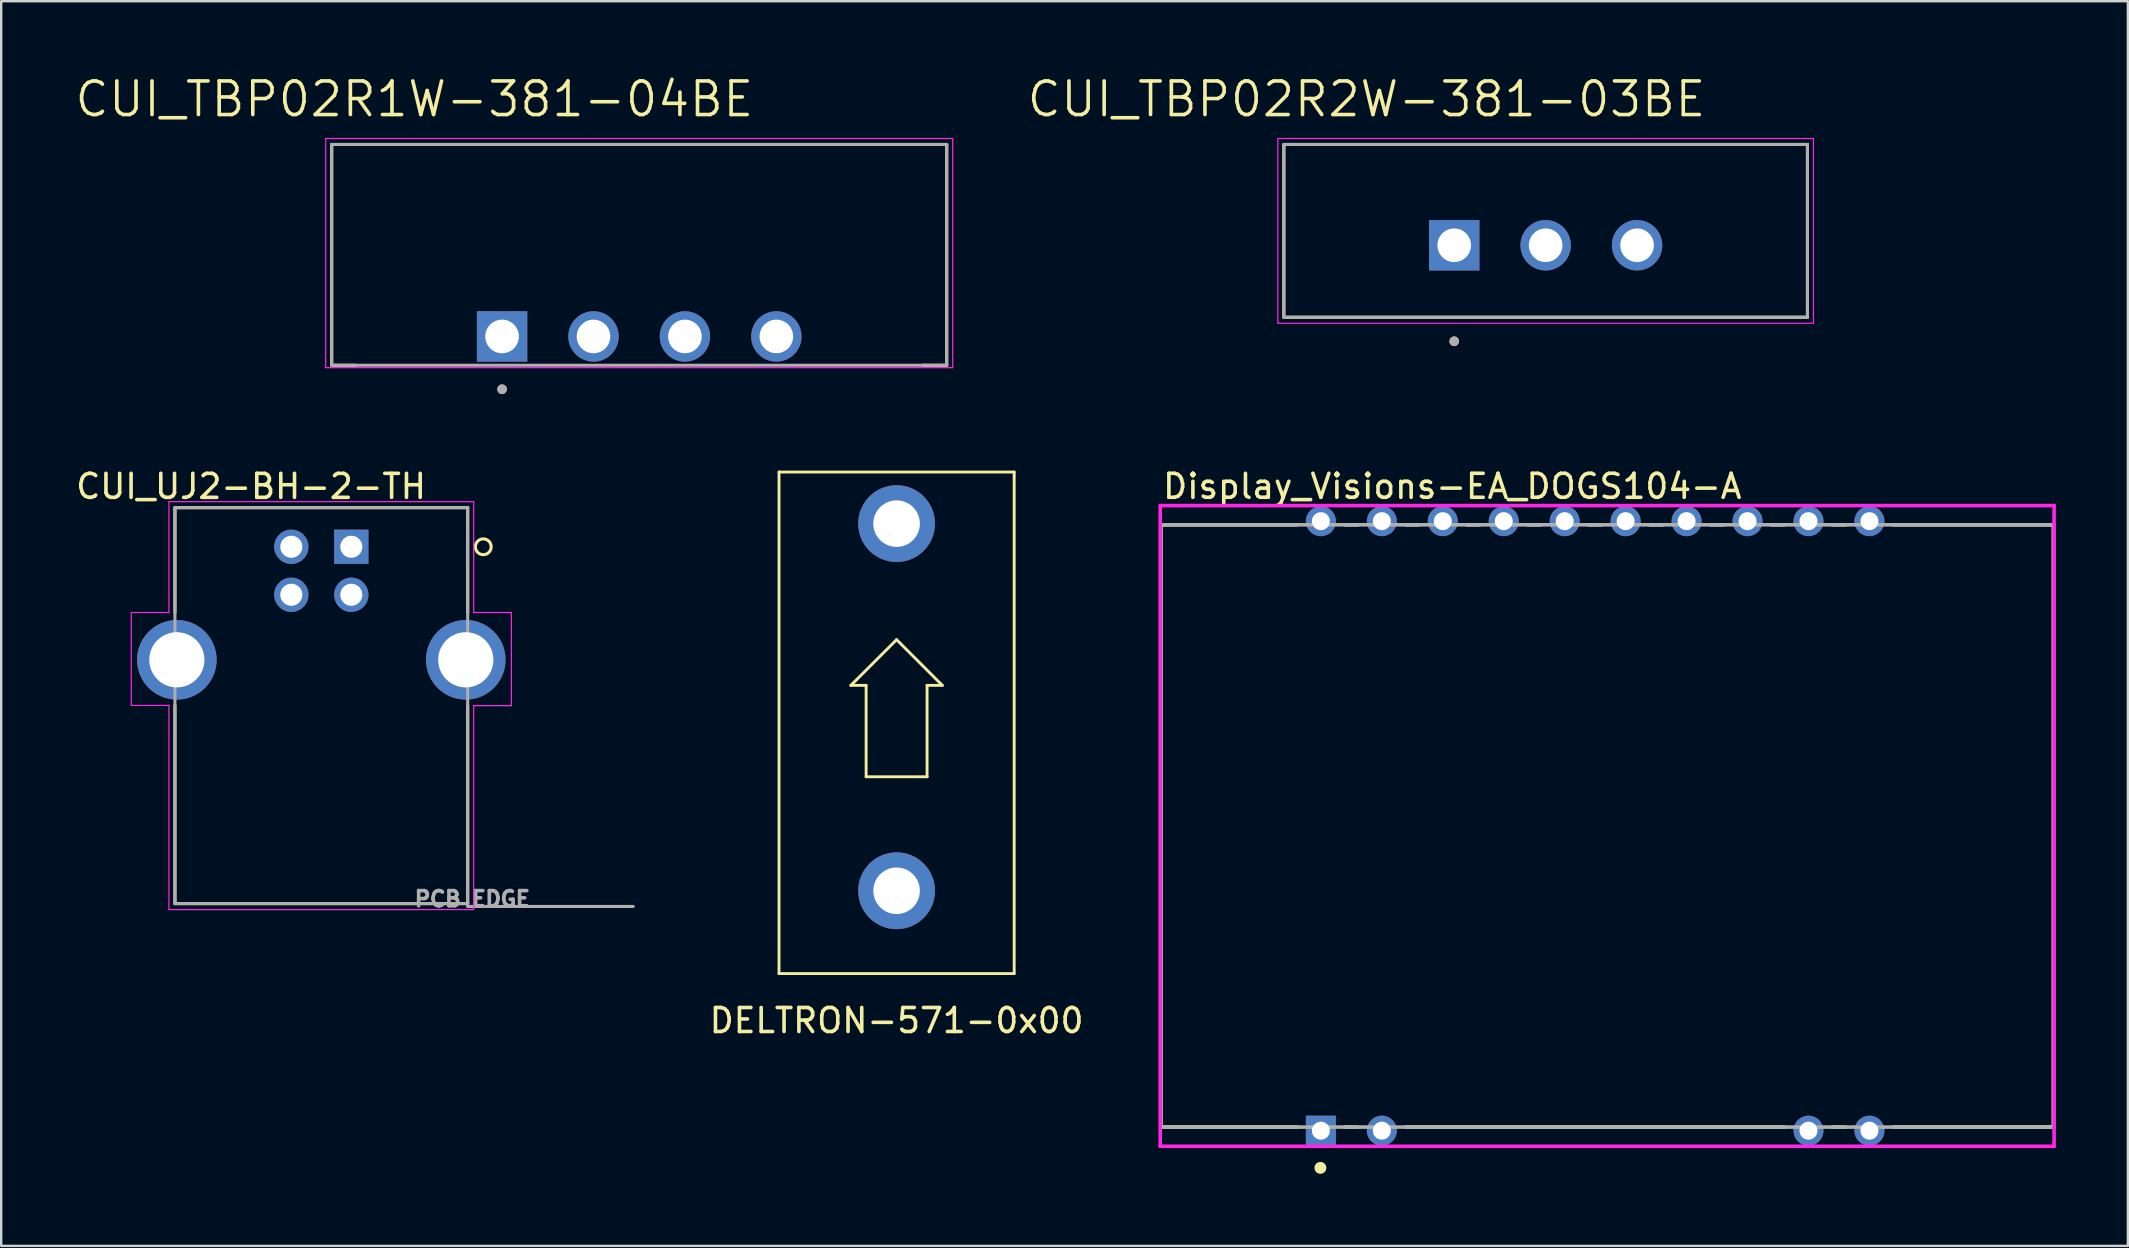
<source format=kicad_pcb>
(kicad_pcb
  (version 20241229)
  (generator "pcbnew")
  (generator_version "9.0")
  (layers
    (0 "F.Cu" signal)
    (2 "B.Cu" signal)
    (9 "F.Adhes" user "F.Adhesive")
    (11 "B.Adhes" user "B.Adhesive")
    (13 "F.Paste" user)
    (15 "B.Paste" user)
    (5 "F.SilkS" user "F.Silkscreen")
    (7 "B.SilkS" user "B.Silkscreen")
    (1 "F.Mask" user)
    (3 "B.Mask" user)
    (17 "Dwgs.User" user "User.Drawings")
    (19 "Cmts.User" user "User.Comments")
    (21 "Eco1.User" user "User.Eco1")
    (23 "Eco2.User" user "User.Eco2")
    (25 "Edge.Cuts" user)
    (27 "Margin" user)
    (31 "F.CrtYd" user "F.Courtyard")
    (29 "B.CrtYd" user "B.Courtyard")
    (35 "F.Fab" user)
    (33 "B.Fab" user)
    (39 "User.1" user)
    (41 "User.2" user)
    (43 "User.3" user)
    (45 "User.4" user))
  (footprint "Display_Visions-EA_DOGS104-A"
    (layer "F.Cu")
    (at 63.925 31.369)
    (property "Reference" "Display_Visions-EA_DOGS104-A" (at -18.6 -14.15 0) (layer "F.SilkS") (effects (font (size 1 1) (thickness 0.15)) (justify left)))
    (attr through_hole)
    (fp_line (start -18.6 -12.55) (end -12.93 -12.55) (stroke (width 0.15) (type solid)) (layer "F.SilkS"))
    (fp_line (start -18.6 12.55) (end -18.6 -12.55) (stroke (width 0.15) (type solid)) (layer "F.SilkS"))
    (fp_line (start -18.6 12.55) (end -12.93 12.55) (stroke (width 0.15) (type solid)) (layer "F.SilkS"))
    (fp_line (start -10.93 -12.55) (end -10.39 -12.55) (stroke (width 0.15) (type solid)) (layer "F.SilkS"))
    (fp_line (start -10.93 12.55) (end -10.39 12.55) (stroke (width 0.15) (type solid)) (layer "F.SilkS"))
    (fp_line (start -8.39 -12.55) (end -7.85 -12.55) (stroke (width 0.15) (type solid)) (layer "F.SilkS"))
    (fp_line (start -8.39 12.55) (end 7.39 12.55) (stroke (width 0.15) (type solid)) (layer "F.SilkS"))
    (fp_line (start -5.85 -12.55) (end -5.31 -12.55) (stroke (width 0.15) (type solid)) (layer "F.SilkS"))
    (fp_line (start -3.31 -12.55) (end -2.77 -12.55) (stroke (width 0.15) (type solid)) (layer "F.SilkS"))
    (fp_line (start -0.77 -12.55) (end -0.23 -12.55) (stroke (width 0.15) (type solid)) (layer "F.SilkS"))
    (fp_line (start 1.77 -12.55) (end 2.31 -12.55) (stroke (width 0.15) (type solid)) (layer "F.SilkS"))
    (fp_line (start 4.31 -12.55) (end 4.85 -12.55) (stroke (width 0.15) (type solid)) (layer "F.SilkS"))
    (fp_line (start 6.85 -12.55) (end 7.39 -12.55) (stroke (width 0.15) (type solid)) (layer "F.SilkS"))
    (fp_line (start 9.39 -12.55) (end 9.93 -12.55) (stroke (width 0.15) (type solid)) (layer "F.SilkS"))
    (fp_line (start 9.39 12.55) (end 9.93 12.55) (stroke (width 0.15) (type solid)) (layer "F.SilkS"))
    (fp_line (start 11.93 -12.55) (end 18.6 -12.55) (stroke (width 0.15) (type solid)) (layer "F.SilkS"))
    (fp_line (start 11.93 12.55) (end 18.6 12.55) (stroke (width 0.15) (type solid)) (layer "F.SilkS"))
    (fp_line (start 18.6 12.55) (end 18.6 -12.55) (stroke (width 0.15) (type solid)) (layer "F.SilkS"))
    (fp_circle (center -11.95 14.25) (end -11.825 14.25) (stroke (width 0.25) (type solid)) (fill no) (layer "F.SilkS"))
    (fp_line (start -18.625 -13.35) (end -18.625 13.35) (stroke (width 0.15) (type solid)) (layer "F.CrtYd"))
    (fp_line (start -18.625 13.35) (end 18.625 13.35) (stroke (width 0.15) (type solid)) (layer "F.CrtYd"))
    (fp_line (start 18.625 -13.35) (end -18.625 -13.35) (stroke (width 0.15) (type solid)) (layer "F.CrtYd"))
    (fp_line (start 18.625 -13.35) (end 18.625 -13.35) (stroke (width 0.15) (type solid)) (layer "F.CrtYd"))
    (fp_line (start 18.625 13.35) (end 18.625 -13.35) (stroke (width 0.15) (type solid)) (layer "F.CrtYd"))
    (fp_line (start -18.6 -12.55) (end 18.6 -12.55) (stroke (width 0.15) (type solid)) (layer "F.Fab"))
    (fp_line (start -18.6 12.55) (end -18.6 -12.55) (stroke (width 0.15) (type solid)) (layer "F.Fab"))
    (fp_line (start 18.6 -12.55) (end 18.6 12.55) (stroke (width 0.15) (type solid)) (layer "F.Fab"))
    (fp_line (start 18.6 12.55) (end -18.6 12.55) (stroke (width 0.15) (type solid)) (layer "F.Fab"))
    (pad "1" thru_hole rect (at -11.93 12.7) (size 1.25 1.25) (drill 0.75) (layers "*.Cu"))
    (pad "2" thru_hole circle (at -9.39 12.7) (size 1.25 1.25) (drill 0.75) (layers "*.Cu"))
    (pad "9" thru_hole circle (at 8.39 12.7) (size 1.25 1.25) (drill 0.75) (layers "*.Cu"))
    (pad "10" thru_hole circle (at 10.93 12.7) (size 1.25 1.25) (drill 0.75) (layers "*.Cu"))
    (pad "11" thru_hole circle (at 10.93 -12.7) (size 1.25 1.25) (drill 0.75) (layers "*.Cu"))
    (pad "12" thru_hole circle (at 8.39 -12.7) (size 1.25 1.25) (drill 0.75) (layers "*.Cu"))
    (pad "13" thru_hole circle (at 5.85 -12.7) (size 1.25 1.25) (drill 0.75) (layers "*.Cu"))
    (pad "14" thru_hole circle (at 3.31 -12.7) (size 1.25 1.25) (drill 0.75) (layers "*.Cu"))
    (pad "15" thru_hole circle (at 0.77 -12.7) (size 1.25 1.25) (drill 0.75) (layers "*.Cu"))
    (pad "16" thru_hole circle (at -1.77 -12.7) (size 1.25 1.25) (drill 0.75) (layers "*.Cu"))
    (pad "17" thru_hole circle (at -4.31 -12.7) (size 1.25 1.25) (drill 0.75) (layers "*.Cu"))
    (pad "18" thru_hole circle (at -6.85 -12.7) (size 1.25 1.25) (drill 0.75) (layers "*.Cu"))
    (pad "19" thru_hole circle (at -9.39 -12.7) (size 1.25 1.25) (drill 0.75) (layers "*.Cu"))
    (pad "20" thru_hole circle (at -11.93 -12.7) (size 1.25 1.25) (drill 0.75) (layers "*.Cu")))
  (footprint "DELTRON-571-0x00"
    (layer "F.Cu")
    (at 34.314 16.621)
    (property "Reference" "DELTRON-571-0x00" (at 0 22.86 180) (layer "F.SilkS") (effects (font (size 1 1) (thickness 0.15))))
    (attr through_hole)
    (fp_line (start -4.9 0) (end 4.9 0) (stroke (width 0.12) (type solid)) (layer "F.SilkS"))
    (fp_line (start -4.9 20.9) (end -4.9 0) (stroke (width 0.12) (type solid)) (layer "F.SilkS"))
    (fp_line (start -1.905 8.89) (end -1.27 8.89) (stroke (width 0.12) (type solid)) (layer "F.SilkS"))
    (fp_line (start -1.27 8.89) (end -1.27 12.7) (stroke (width 0.12) (type solid)) (layer "F.SilkS"))
    (fp_line (start -1.27 12.7) (end 1.27 12.7) (stroke (width 0.12) (type solid)) (layer "F.SilkS"))
    (fp_line (start 0 6.985) (end -1.905 8.89) (stroke (width 0.12) (type solid)) (layer "F.SilkS"))
    (fp_line (start 1.27 8.89) (end 1.905 8.89) (stroke (width 0.12) (type solid)) (layer "F.SilkS"))
    (fp_line (start 1.27 12.7) (end 1.27 8.89) (stroke (width 0.12) (type solid)) (layer "F.SilkS"))
    (fp_line (start 1.905 8.89) (end 0 6.985) (stroke (width 0.12) (type solid)) (layer "F.SilkS"))
    (fp_line (start 4.9 0) (end 4.9 20.9) (stroke (width 0.12) (type solid)) (layer "F.SilkS"))
    (fp_line (start 4.9 20.9) (end -4.9 20.9) (stroke (width 0.12) (type solid)) (layer "F.SilkS"))
    (pad "1" thru_hole circle (at 0 2.15) (size 3.2 3.2) (drill 1.94) (layers "*.Cu" "*.Mask"))
    (pad "1" thru_hole circle (at 0 17.45) (size 3.2 3.2) (drill 1.94) (layers "*.Cu" "*.Mask")))
  (footprint "CUI_TBP02R2W-381-03BE"
    (layer "F.Cu")
    (at 57.552 7.171)
    (property "Reference" "CUI_TBP02R2W-381-03BE" (at -3.655 -6.089 0) (layer "F.SilkS") (effects (font (size 1.4 1.4) (thickness 0.15))))
    (attr through_hole)
    (fp_line (start -7.1 -4.2) (end 14.72 -4.2) (stroke (width 0.127) (type solid)) (layer "F.SilkS"))
    (fp_line (start -7.1 3) (end -7.1 -4.2) (stroke (width 0.127) (type solid)) (layer "F.SilkS"))
    (fp_line (start 14.72 -4.2) (end 14.72 3) (stroke (width 0.127) (type solid)) (layer "F.SilkS"))
    (fp_line (start 14.72 3) (end -7.1 3) (stroke (width 0.127) (type solid)) (layer "F.SilkS"))
    (fp_circle (center 0 4) (end 0.1 4) (stroke (width 0.2) (type solid)) (fill no) (layer "F.SilkS"))
    (fp_line (start -7.35 -4.45) (end 14.97 -4.45) (stroke (width 0.05) (type solid)) (layer "F.CrtYd"))
    (fp_line (start -7.35 3.25) (end -7.35 -4.45) (stroke (width 0.05) (type solid)) (layer "F.CrtYd"))
    (fp_line (start 14.97 -4.45) (end 14.97 3.25) (stroke (width 0.05) (type solid)) (layer "F.CrtYd"))
    (fp_line (start 14.97 3.25) (end -7.35 3.25) (stroke (width 0.05) (type solid)) (layer "F.CrtYd"))
    (fp_line (start -7.1 -4.2) (end 14.72 -4.2) (stroke (width 0.127) (type solid)) (layer "F.Fab"))
    (fp_line (start -7.1 3) (end -7.1 -4.2) (stroke (width 0.127) (type solid)) (layer "F.Fab"))
    (fp_line (start 14.72 -4.2) (end 14.72 3) (stroke (width 0.127) (type solid)) (layer "F.Fab"))
    (fp_line (start 14.72 3) (end -7.1 3) (stroke (width 0.127) (type solid)) (layer "F.Fab"))
    (fp_circle (center 0 4) (end 0.1 4) (stroke (width 0.2) (type solid)) (fill no) (layer "F.Fab"))
    (pad "1" thru_hole rect (at 0 0) (size 2.1 2.1) (drill 1.4) (layers "*.Cu" "*.Mask"))
    (pad "2" thru_hole circle (at 3.81 0) (size 2.1 2.1) (drill 1.4) (layers "*.Cu" "*.Mask"))
    (pad "3" thru_hole circle (at 7.62 0) (size 2.1 2.1) (drill 1.4) (layers "*.Cu" "*.Mask")))
  (footprint "CUI_TBP02R1W-381-04BE"
    (layer "F.Cu")
    (at 17.873 10.971)
    (property "Reference" "CUI_TBP02R1W-381-04BE" (at -3.655 -9.889 0) (layer "F.SilkS") (effects (font (size 1.4 1.4) (thickness 0.15))))
    (attr through_hole)
    (fp_line (start -7.1 -8) (end 18.53 -8) (stroke (width 0.127) (type solid)) (layer "F.SilkS"))
    (fp_line (start -7.1 1.2) (end -7.1 -8) (stroke (width 0.127) (type solid)) (layer "F.SilkS"))
    (fp_line (start -7.1 1.2) (end -6.1 1.2) (stroke (width 0.127) (type solid)) (layer "F.SilkS"))
    (fp_line (start 18.53 -8) (end 18.53 1.2) (stroke (width 0.127) (type solid)) (layer "F.SilkS"))
    (fp_line (start 18.53 1.2) (end 17.53 1.2) (stroke (width 0.127) (type solid)) (layer "F.SilkS"))
    (fp_circle (center 0 2.2) (end 0.1 2.2) (stroke (width 0.2) (type solid)) (fill no) (layer "F.SilkS"))
    (fp_line (start -7.35 -8.25) (end 18.78 -8.25) (stroke (width 0.05) (type solid)) (layer "F.CrtYd"))
    (fp_line (start -7.35 1.3) (end -7.35 -8.25) (stroke (width 0.05) (type solid)) (layer "F.CrtYd"))
    (fp_line (start 18.78 -8.25) (end 18.78 1.3) (stroke (width 0.05) (type solid)) (layer "F.CrtYd"))
    (fp_line (start 18.78 1.3) (end -7.35 1.3) (stroke (width 0.05) (type solid)) (layer "F.CrtYd"))
    (fp_line (start -7.1 -8) (end 18.53 -8) (stroke (width 0.127) (type solid)) (layer "F.Fab"))
    (fp_line (start -7.1 1.2) (end -7.1 -8) (stroke (width 0.127) (type solid)) (layer "F.Fab"))
    (fp_line (start 18.53 -8) (end 18.53 1.2) (stroke (width 0.127) (type solid)) (layer "F.Fab"))
    (fp_line (start 18.53 1.2) (end -7.1 1.2) (stroke (width 0.127) (type solid)) (layer "F.Fab"))
    (fp_circle (center 0 2.2) (end 0.1 2.2) (stroke (width 0.2) (type solid)) (fill no) (layer "F.Fab"))
    (pad "1" thru_hole rect (at 0 0) (size 2.1 2.1) (drill 1.4) (layers "*.Cu" "*.Mask"))
    (pad "2" thru_hole circle (at 3.81 0) (size 2.1 2.1) (drill 1.4) (layers "*.Cu" "*.Mask"))
    (pad "3" thru_hole circle (at 7.62 0) (size 2.1 2.1) (drill 1.4) (layers "*.Cu" "*.Mask"))
    (pad "4" thru_hole circle (at 11.43 0) (size 2.1 2.1) (drill 1.4) (layers "*.Cu" "*.Mask")))
  (footprint "CUI_UJ2-BH-2-TH"
    (layer "F.Cu")
    (at 11.59 19.736)
    (property "Reference" "CUI_UJ2-BH-2-TH" (at -4.177 -2.516 0) (layer "F.SilkS") (effects (font (size 1 1) (thickness 0.15))))
    (attr through_hole)
    (fp_line (start -7.35 -1.63) (end 4.85 -1.63) (stroke (width 0.127) (type solid)) (layer "F.SilkS"))
    (fp_line (start -7.35 2.74) (end -7.35 -1.63) (stroke (width 0.127) (type solid)) (layer "F.SilkS"))
    (fp_line (start -7.35 6.61) (end -7.35 14.87) (stroke (width 0.127) (type solid)) (layer "F.SilkS"))
    (fp_line (start -7.35 14.87) (end 4.85 14.87) (stroke (width 0.127) (type solid)) (layer "F.SilkS"))
    (fp_line (start 4.85 -1.63) (end 4.85 2.74) (stroke (width 0.127) (type solid)) (layer "F.SilkS"))
    (fp_line (start 4.85 14.87) (end 4.85 6.61) (stroke (width 0.127) (type solid)) (layer "F.SilkS"))
    (fp_circle (center 5.5 0) (end 5.829 0) (stroke (width 0.127) (type solid)) (fill no) (layer "F.SilkS"))
    (fp_line (start -9.17 2.74) (end -7.6 2.74) (stroke (width 0.05) (type solid)) (layer "F.CrtYd"))
    (fp_line (start -9.17 6.61) (end -9.17 2.74) (stroke (width 0.05) (type solid)) (layer "F.CrtYd"))
    (fp_line (start -7.6 -1.88) (end 5.1 -1.88) (stroke (width 0.05) (type solid)) (layer "F.CrtYd"))
    (fp_line (start -7.6 2.74) (end -7.6 -1.88) (stroke (width 0.05) (type solid)) (layer "F.CrtYd"))
    (fp_line (start -7.6 6.61) (end -9.17 6.61) (stroke (width 0.05) (type solid)) (layer "F.CrtYd"))
    (fp_line (start -7.6 15.12) (end -7.6 6.61) (stroke (width 0.05) (type solid)) (layer "F.CrtYd"))
    (fp_line (start 5.1 -1.88) (end 5.1 2.74) (stroke (width 0.05) (type solid)) (layer "F.CrtYd"))
    (fp_line (start 5.1 2.74) (end 6.67 2.74) (stroke (width 0.05) (type solid)) (layer "F.CrtYd"))
    (fp_line (start 5.1 6.62) (end 5.1 15.12) (stroke (width 0.05) (type solid)) (layer "F.CrtYd"))
    (fp_line (start 5.1 15.12) (end -7.6 15.12) (stroke (width 0.05) (type solid)) (layer "F.CrtYd"))
    (fp_line (start 6.67 2.74) (end 6.67 6.62) (stroke (width 0.05) (type solid)) (layer "F.CrtYd"))
    (fp_line (start 6.67 6.62) (end 5.1 6.62) (stroke (width 0.05) (type solid)) (layer "F.CrtYd"))
    (fp_line (start -7.35 -1.63) (end 4.85 -1.63) (stroke (width 0.127) (type solid)) (layer "F.Fab"))
    (fp_line (start -7.35 14.87) (end -7.35 -1.63) (stroke (width 0.127) (type solid)) (layer "F.Fab"))
    (fp_line (start 4.85 -1.63) (end 4.85 14.87) (stroke (width 0.127) (type solid)) (layer "F.Fab"))
    (fp_line (start 4.85 14.87) (end -7.35 14.87) (stroke (width 0.127) (type solid)) (layer "F.Fab"))
    (fp_line (start 4.85 14.87) (end 4.85 14.99) (stroke (width 0.127) (type solid)) (layer "F.Fab"))
    (fp_line (start 4.85 14.99) (end 11.75 14.99) (stroke (width 0.127) (type solid)) (layer "F.Fab"))
    (fp_circle (center 0 0) (end 0.2 0) (stroke (width 0.4) (type solid)) (fill no) (layer "F.Fab"))
    (fp_text user "PCB EDGE" (at 5.045 14.675 0) (layer "F.Fab") (effects (font (size 0.631 0.631) (thickness 0.15))))
    (pad "" np_thru_hole circle (at -7.27 4.71) (size 3.316 3.316) (drill 2.3) (layers "*.Cu" "*.Mask"))
    (pad "" np_thru_hole circle (at 4.77 4.71) (size 3.316 3.316) (drill 2.3) (layers "*.Cu" "*.Mask"))
    (pad "1" thru_hole rect (at 0 0) (size 1.428 1.428) (drill 0.92) (layers "*.Cu" "*.Mask"))
    (pad "2" thru_hole circle (at -2.5 0) (size 1.428 1.428) (drill 0.92) (layers "*.Cu" "*.Mask"))
    (pad "3" thru_hole circle (at -2.5 2) (size 1.428 1.428) (drill 0.92) (layers "*.Cu" "*.Mask"))
    (pad "4" thru_hole circle (at 0 2) (size 1.428 1.428) (drill 0.92) (layers "*.Cu" "*.Mask")))
  (gr_rect
    (start -3 -3)
    (end 85.625 48.87)
    (stroke (width 0.1) (type default))
    (fill no)
    (layer "Edge.Cuts")))
</source>
